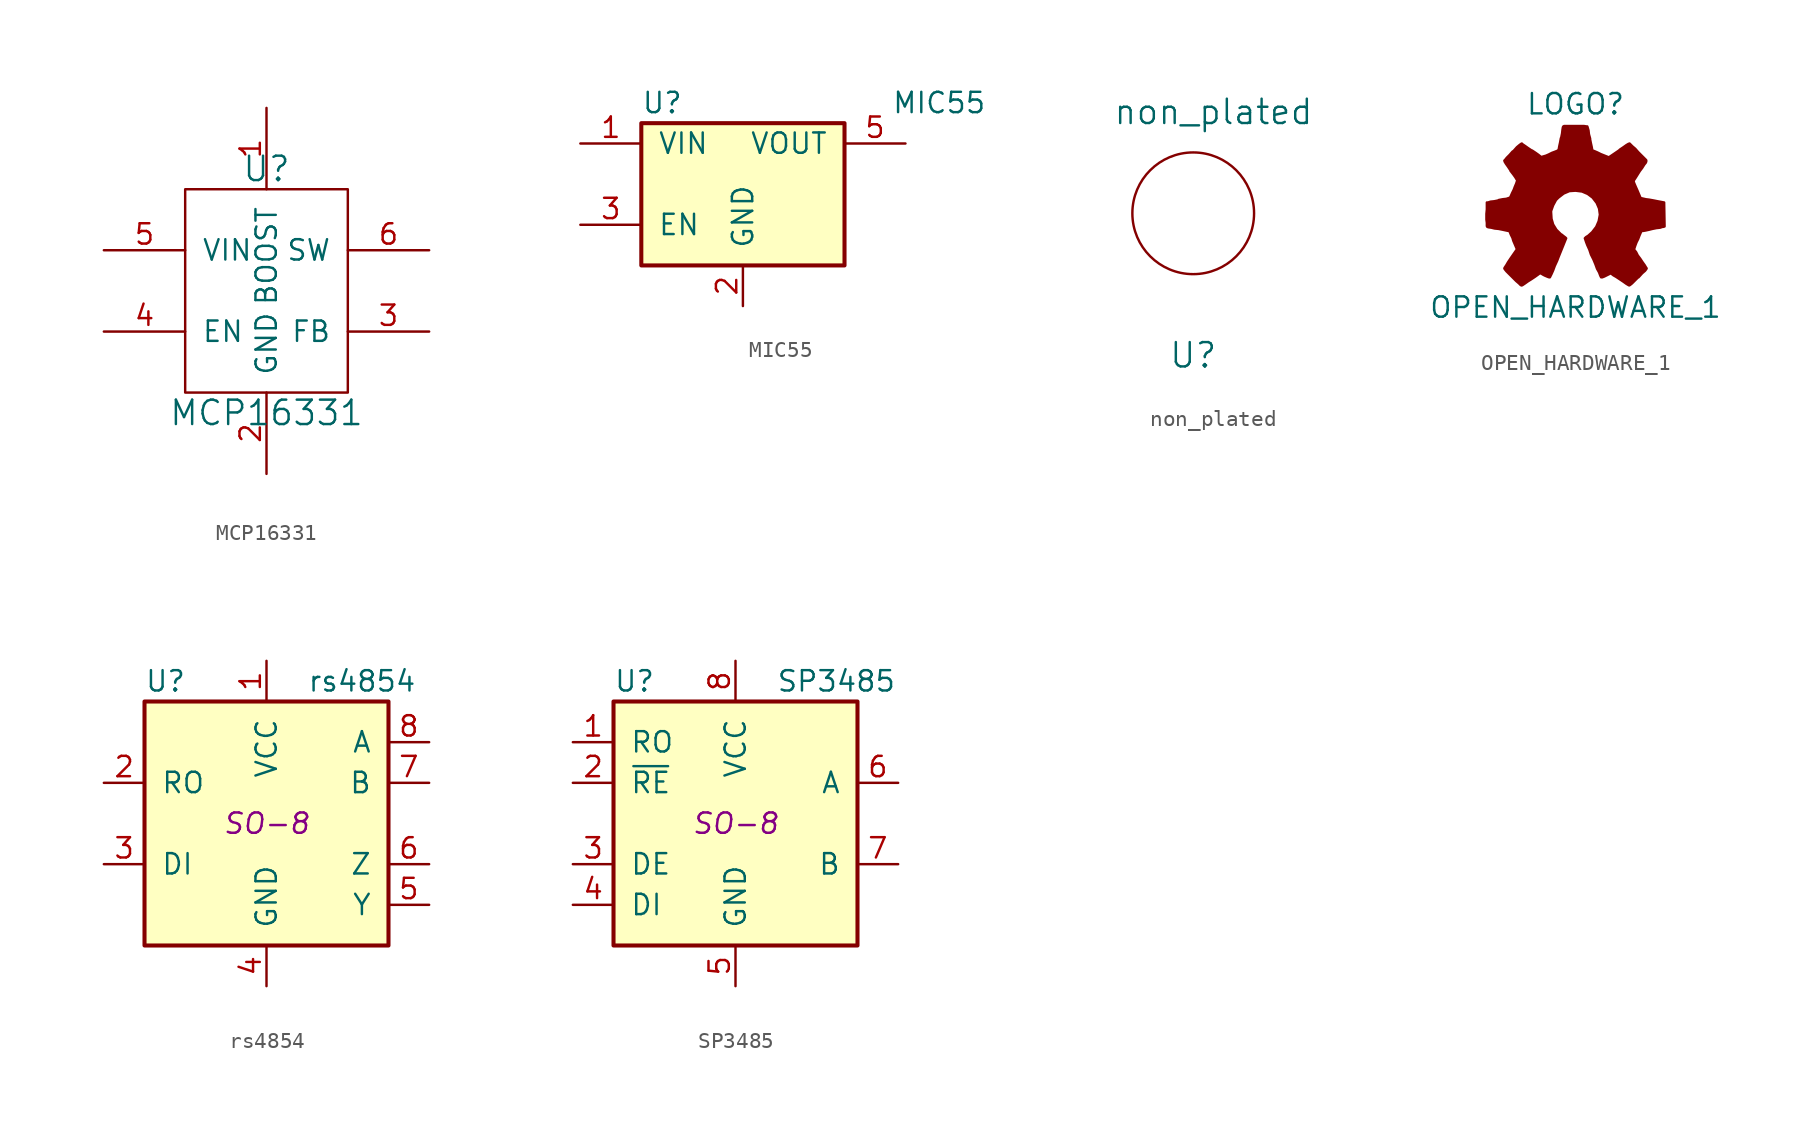
<source format=kicad_sym>
(kicad_symbol_lib
  (version 20211014)
  (generator kicad_symbol_editor)
  (symbol "MCP16331"
    (pin_names
      (offset 1.016))
    (property "Reference" "U"
      (at 0 7.62 0)
      (effects (font (size 1.524 1.524))))
    (property "Value" "MCP16331"
      (at 0 -7.62 0)
      (effects (font (size 1.524 1.524))))
    (symbol "MCP16331_0_1"
      (rectangle (start -5.08 6.35) (end 5.08 -6.35) (stroke (width 0) (type default) (color 0 0 0 0)) (fill (type none))))
    (symbol "MCP16331_1_1"
      (pin power_in line (at 0 11.43 270) (length 5.08) (name "BOOST" (effects (font (size 1.27 1.27)))) (number "1" (effects (font (size 1.27 1.27)))))
      (pin power_in line (at 0 -11.43 90) (length 5.08) (name "GND" (effects (font (size 1.27 1.27)))) (number "2" (effects (font (size 1.27 1.27)))))
      (pin input line (at 10.16 -2.54 180) (length 5.08) (name "FB" (effects (font (size 1.27 1.27)))) (number "3" (effects (font (size 1.27 1.27)))))
      (pin input line (at -10.16 -2.54 0) (length 5.08) (name "EN" (effects (font (size 1.27 1.27)))) (number "4" (effects (font (size 1.27 1.27)))))
      (pin power_in line (at -10.16 2.54 0) (length 5.08) (name "VIN" (effects (font (size 1.27 1.27)))) (number "5" (effects (font (size 1.27 1.27)))))
      (pin open_emitter line (at 10.16 2.54 180) (length 5.08) (name "SW" (effects (font (size 1.27 1.27)))) (number "6" (effects (font (size 1.27 1.27)))))))
  (symbol "MIC55"
    (pin_names
      (offset 1.016))
    (property "Reference" "U"
      (at -6.35 5.08 0)
      (effects (font (size 1.27 1.27)) (justify left)))
    (property "Value" "MIC55"
      (at 15.24 5.08 0)
      (effects (font (size 1.27 1.27)) (justify right)))
    (property "Datasheet" ""
      (at 0 0 0)
      (effects (font (size 1.27 1.27))))
    (symbol "MIC55_0_1"
      (rectangle (start -6.35 3.81) (end 6.35 -5.08) (stroke (width 0.254) (type default) (color 0 0 0 0)) (fill (type background))))
    (symbol "MIC55_1_1"
      (pin power_in line (at -10.16 2.54 0) (length 3.81) (name "VIN" (effects (font (size 1.27 1.27)))) (number "1" (effects (font (size 1.27 1.27)))))
      (pin power_in line (at 0 -7.62 90) (length 2.54) (name "GND" (effects (font (size 1.27 1.27)))) (number "2" (effects (font (size 1.27 1.27)))))
      (pin input line (at -10.16 -2.54 0) (length 3.81) (name "EN" (effects (font (size 1.27 1.27)))) (number "3" (effects (font (size 1.27 1.27)))))
      (pin power_out line (at 10.16 2.54 180) (length 3.81) (name "VOUT" (effects (font (size 1.27 1.27)))) (number "5" (effects (font (size 1.27 1.27)))))))
  (symbol "non_plated"
    (pin_names
      (offset 1.016))
    (property "Reference" "U"
      (at 0 -8.89 0)
      (effects (font (size 1.524 1.524))))
    (property "Value" "non_plated"
      (at 1.27 6.35 0)
      (effects (font (size 1.524 1.524))))
    (symbol "non_plated_0_1"
      (circle (center 0 0) (radius 3.81) (stroke (width 0) (type default) (color 0 0 0 0)) (fill (type none)))))
  (symbol "OPEN_HARDWARE_1"
    (pin_names
      (offset 1.016))
    (property "Reference" "LOGO"
      (at 0 6.985 0)
      (effects (font (size 1.27 1.27))))
    (property "Value" "OPEN_HARDWARE_1"
      (at 0 -5.715 0)
      (effects (font (size 1.27 1.27))))
    (symbol "OPEN_HARDWARE_1_0_1"
      (polyline (pts (xy 3.353 -4.343) (xy 3.302 -4.318) (xy 3.175 -4.242) (xy 2.997 -4.115) (xy 2.769 -3.962) (xy 2.54 -3.81) (xy 2.362 -3.708) (xy 2.235 -3.607) (xy 2.184 -3.581) (xy 2.159 -3.607) (xy 2.057 -3.658) (xy 1.905 -3.734) (xy 1.803 -3.785) (xy 1.676 -3.835) (xy 1.6 -3.835) (xy 1.6 -3.835) (xy 1.549 -3.734) (xy 1.473 -3.531) (xy 1.346 -3.302) (xy 1.245 -3.023) (xy 1.118 -2.718) (xy 0.965 -2.413) (xy 0.864 -2.108) (xy 0.737 -1.829) (xy 0.66 -1.626) (xy 0.61 -1.473) (xy 0.584 -1.397) (xy 0.584 -1.397) (xy 0.66 -1.321) (xy 0.787 -1.245) (xy 1.041 -1.016) (xy 1.295 -0.686) (xy 1.448 -0.33) (xy 1.524 0.076) (xy 1.473 0.457) (xy 1.321 0.813) (xy 1.067 1.143) (xy 0.762 1.372) (xy 0.406 1.524) (xy 0 1.575) (xy -0.381 1.549) (xy -0.737 1.397) (xy -1.067 1.143) (xy -1.219 0.991) (xy -1.397 0.66) (xy -1.524 0.305) (xy -1.524 0.229) (xy -1.499 -0.178) (xy -1.397 -0.533) (xy -1.194 -0.864) (xy -0.914 -1.143) (xy -0.864 -1.168) (xy -0.737 -1.27) (xy -0.635 -1.346) (xy -0.584 -1.397) (xy -1.067 -2.591) (xy -1.143 -2.794) (xy -1.295 -3.124) (xy -1.397 -3.404) (xy -1.499 -3.632) (xy -1.575 -3.785) (xy -1.6 -3.835) (xy -1.6 -3.835) (xy -1.651 -3.835) (xy -1.727 -3.81) (xy -1.905 -3.734) (xy -2.007 -3.683) (xy -2.134 -3.607) (xy -2.21 -3.581) (xy -2.261 -3.607) (xy -2.362 -3.683) (xy -2.54 -3.81) (xy -2.769 -3.962) (xy -2.972 -4.089) (xy -3.15 -4.216) (xy -3.302 -4.318) (xy -3.353 -4.343) (xy -3.378 -4.343) (xy -3.429 -4.318) (xy -3.531 -4.216) (xy -3.708 -4.064) (xy -3.937 -3.835) (xy -3.962 -3.81) (xy -4.166 -3.607) (xy -4.318 -3.454) (xy -4.42 -3.327) (xy -4.445 -3.277) (xy -4.445 -3.277) (xy -4.42 -3.226) (xy -4.318 -3.073) (xy -4.216 -2.896) (xy -4.064 -2.667) (xy -3.658 -2.083) (xy -3.886 -1.549) (xy -3.937 -1.372) (xy -4.039 -1.168) (xy -4.089 -1.041) (xy -4.115 -0.965) (xy -4.191 -0.94) (xy -4.318 -0.914) (xy -4.547 -0.864) (xy -4.801 -0.813) (xy -5.055 -0.787) (xy -5.258 -0.737) (xy -5.436 -0.711) (xy -5.512 -0.686) (xy -5.512 -0.686) (xy -5.537 -0.635) (xy -5.537 -0.559) (xy -5.537 -0.432) (xy -5.563 -0.229) (xy -5.563 0.076) (xy -5.563 0.127) (xy -5.537 0.406) (xy -5.537 0.635) (xy -5.537 0.762) (xy -5.537 0.838) (xy -5.537 0.838) (xy -5.461 0.838) (xy -5.309 0.889) (xy -5.08 0.914) (xy -4.826 0.965) (xy -4.801 0.991) (xy -4.547 1.041) (xy -4.318 1.067) (xy -4.166 1.118) (xy -4.089 1.143) (xy -4.089 1.143) (xy -4.039 1.245) (xy -3.962 1.422) (xy -3.861 1.626) (xy -3.785 1.829) (xy -3.708 2.007) (xy -3.658 2.159) (xy -3.632 2.21) (xy -3.632 2.21) (xy -3.683 2.286) (xy -3.759 2.413) (xy -3.886 2.591) (xy -4.064 2.819) (xy -4.064 2.845) (xy -4.216 3.073) (xy -4.343 3.251) (xy -4.42 3.378) (xy -4.445 3.454) (xy -4.445 3.454) (xy -4.394 3.505) (xy -4.293 3.632) (xy -4.115 3.81) (xy -3.937 4.013) (xy -3.861 4.064) (xy -3.658 4.293) (xy -3.505 4.42) (xy -3.404 4.496) (xy -3.353 4.521) (xy -3.353 4.521) (xy -3.302 4.47) (xy -3.15 4.369) (xy -2.972 4.242) (xy -2.743 4.089) (xy -2.718 4.089) (xy -2.489 3.937) (xy -2.311 3.81) (xy -2.184 3.708) (xy -2.134 3.683) (xy -2.108 3.683) (xy -2.032 3.708) (xy -1.854 3.759) (xy -1.676 3.835) (xy -1.473 3.937) (xy -1.27 4.013) (xy -1.143 4.064) (xy -1.067 4.115) (xy -1.067 4.115) (xy -1.041 4.191) (xy -1.016 4.343) (xy -0.965 4.572) (xy -0.914 4.851) (xy -0.889 4.902) (xy -0.838 5.156) (xy -0.813 5.385) (xy -0.787 5.537) (xy -0.762 5.588) (xy -0.711 5.613) (xy -0.584 5.613) (xy -0.406 5.613) (xy -0.152 5.613) (xy 0.076 5.613) (xy 0.33 5.613) (xy 0.533 5.613) (xy 0.686 5.588) (xy 0.737 5.588) (xy 0.737 5.588) (xy 0.762 5.512) (xy 0.813 5.334) (xy 0.838 5.105) (xy 0.914 4.826) (xy 0.914 4.775) (xy 0.965 4.521) (xy 1.016 4.293) (xy 1.041 4.14) (xy 1.067 4.089) (xy 1.067 4.089) (xy 1.194 4.039) (xy 1.372 3.962) (xy 1.575 3.861) (xy 2.083 3.658) (xy 2.718 4.089) (xy 2.769 4.14) (xy 2.997 4.293) (xy 3.175 4.42) (xy 3.302 4.496) (xy 3.378 4.521) (xy 3.378 4.521) (xy 3.429 4.47) (xy 3.556 4.343) (xy 3.734 4.191) (xy 3.912 3.988) (xy 4.064 3.835) (xy 4.242 3.658) (xy 4.343 3.556) (xy 4.42 3.48) (xy 4.42 3.429) (xy 4.42 3.404) (xy 4.394 3.327) (xy 4.293 3.2) (xy 4.166 2.997) (xy 4.013 2.794) (xy 3.886 2.591) (xy 3.759 2.388) (xy 3.658 2.235) (xy 3.632 2.159) (xy 3.632 2.134) (xy 3.683 2.007) (xy 3.759 1.829) (xy 3.861 1.6) (xy 4.064 1.118) (xy 4.394 1.041) (xy 4.597 1.016) (xy 4.877 0.965) (xy 5.131 0.914) (xy 5.537 0.838) (xy 5.563 -0.66) (xy 5.486 -0.686) (xy 5.436 -0.686) (xy 5.283 -0.737) (xy 5.055 -0.762) (xy 4.801 -0.813) (xy 4.597 -0.864) (xy 4.369 -0.914) (xy 4.216 -0.94) (xy 4.14 -0.94) (xy 4.115 -0.965) (xy 4.064 -1.067) (xy 3.988 -1.245) (xy 3.912 -1.448) (xy 3.81 -1.651) (xy 3.734 -1.854) (xy 3.683 -2.007) (xy 3.658 -2.083) (xy 3.683 -2.134) (xy 3.785 -2.261) (xy 3.886 -2.464) (xy 4.039 -2.667) (xy 4.191 -2.896) (xy 4.318 -3.073) (xy 4.394 -3.2) (xy 4.445 -3.277) (xy 4.42 -3.327) (xy 4.343 -3.429) (xy 4.166 -3.581) (xy 3.937 -3.835) (xy 3.886 -3.861) (xy 3.683 -4.064) (xy 3.531 -4.216) (xy 3.404 -4.318) (xy 3.353 -4.343)) (stroke (width 0) (type default) (color 0 0 0 0)) (fill (type outline)))))
  (symbol "rs4854"
    (pin_names
      (offset 1.016))
    (property "Reference" "U"
      (at -7.62 8.89 0)
      (effects (font (size 1.27 1.27)) (justify left)))
    (property "Value" "rs4854"
      (at 2.54 8.89 0)
      (effects (font (size 1.27 1.27)) (justify left)))
    (property "Footprint" "SO-8"
      (at 0 0 0)
      (effects (font (size 1.27 1.27) italic)))
    (property "Datasheet" ""
      (at 0 0 0)
      (effects (font (size 1.27 1.27))))
    (symbol "rs4854_0_1"
      (rectangle (start -7.62 7.62) (end 7.62 -7.62) (stroke (width 0.254) (type default) (color 0 0 0 0)) (fill (type background))))
    (symbol "rs4854_1_1"
      (pin power_in line (at 0 10.16 270) (length 2.54) (name "VCC" (effects (font (size 1.27 1.27)))) (number "1" (effects (font (size 1.27 1.27)))))
      (pin output line (at -10.16 2.54 0) (length 2.54) (name "RO" (effects (font (size 1.27 1.27)))) (number "2" (effects (font (size 1.27 1.27)))))
      (pin input line (at -10.16 -2.54 0) (length 2.54) (name "DI" (effects (font (size 1.27 1.27)))) (number "3" (effects (font (size 1.27 1.27)))))
      (pin power_in line (at 0 -10.16 90) (length 2.54) (name "GND" (effects (font (size 1.27 1.27)))) (number "4" (effects (font (size 1.27 1.27)))))
      (pin input line (at 10.16 -5.08 180) (length 2.54) (name "Y" (effects (font (size 1.27 1.27)))) (number "5" (effects (font (size 1.27 1.27)))))
      (pin input line (at 10.16 -2.54 180) (length 2.54) (name "Z" (effects (font (size 1.27 1.27)))) (number "6" (effects (font (size 1.27 1.27)))))
      (pin bidirectional line (at 10.16 2.54 180) (length 2.54) (name "B" (effects (font (size 1.27 1.27)))) (number "7" (effects (font (size 1.27 1.27)))))
      (pin bidirectional line (at 10.16 5.08 180) (length 2.54) (name "A" (effects (font (size 1.27 1.27)))) (number "8" (effects (font (size 1.27 1.27)))))))
  (symbol "SP3485"
    (pin_names
      (offset 1.016))
    (property "Reference" "U"
      (at -7.62 8.89 0)
      (effects (font (size 1.27 1.27)) (justify left)))
    (property "Value" "SP3485"
      (at 2.54 8.89 0)
      (effects (font (size 1.27 1.27)) (justify left)))
    (property "Footprint" "SO-8"
      (at 0 0 0)
      (effects (font (size 1.27 1.27) italic)))
    (property "Datasheet" ""
      (at 0 0 0)
      (effects (font (size 1.27 1.27))))
    (symbol "SP3485_0_1"
      (rectangle (start -7.62 7.62) (end 7.62 -7.62) (stroke (width 0.254) (type default) (color 0 0 0 0)) (fill (type background))))
    (symbol "SP3485_1_1"
      (pin output line (at -10.16 5.08 0) (length 2.54) (name "RO" (effects (font (size 1.27 1.27)))) (number "1" (effects (font (size 1.27 1.27)))))
      (pin input line (at -10.16 2.54 0) (length 2.54) (name "~{RE}" (effects (font (size 1.27 1.27)))) (number "2" (effects (font (size 1.27 1.27)))))
      (pin input line (at -10.16 -2.54 0) (length 2.54) (name "DE" (effects (font (size 1.27 1.27)))) (number "3" (effects (font (size 1.27 1.27)))))
      (pin input line (at -10.16 -5.08 0) (length 2.54) (name "DI" (effects (font (size 1.27 1.27)))) (number "4" (effects (font (size 1.27 1.27)))))
      (pin power_in line (at 0 -10.16 90) (length 2.54) (name "GND" (effects (font (size 1.27 1.27)))) (number "5" (effects (font (size 1.27 1.27)))))
      (pin bidirectional line (at 10.16 2.54 180) (length 2.54) (name "A" (effects (font (size 1.27 1.27)))) (number "6" (effects (font (size 1.27 1.27)))))
      (pin bidirectional line (at 10.16 -2.54 180) (length 2.54) (name "B" (effects (font (size 1.27 1.27)))) (number "7" (effects (font (size 1.27 1.27)))))
      (pin power_in line (at 0 10.16 270) (length 2.54) (name "VCC" (effects (font (size 1.27 1.27)))) (number "8" (effects (font (size 1.27 1.27))))))))
</source>
